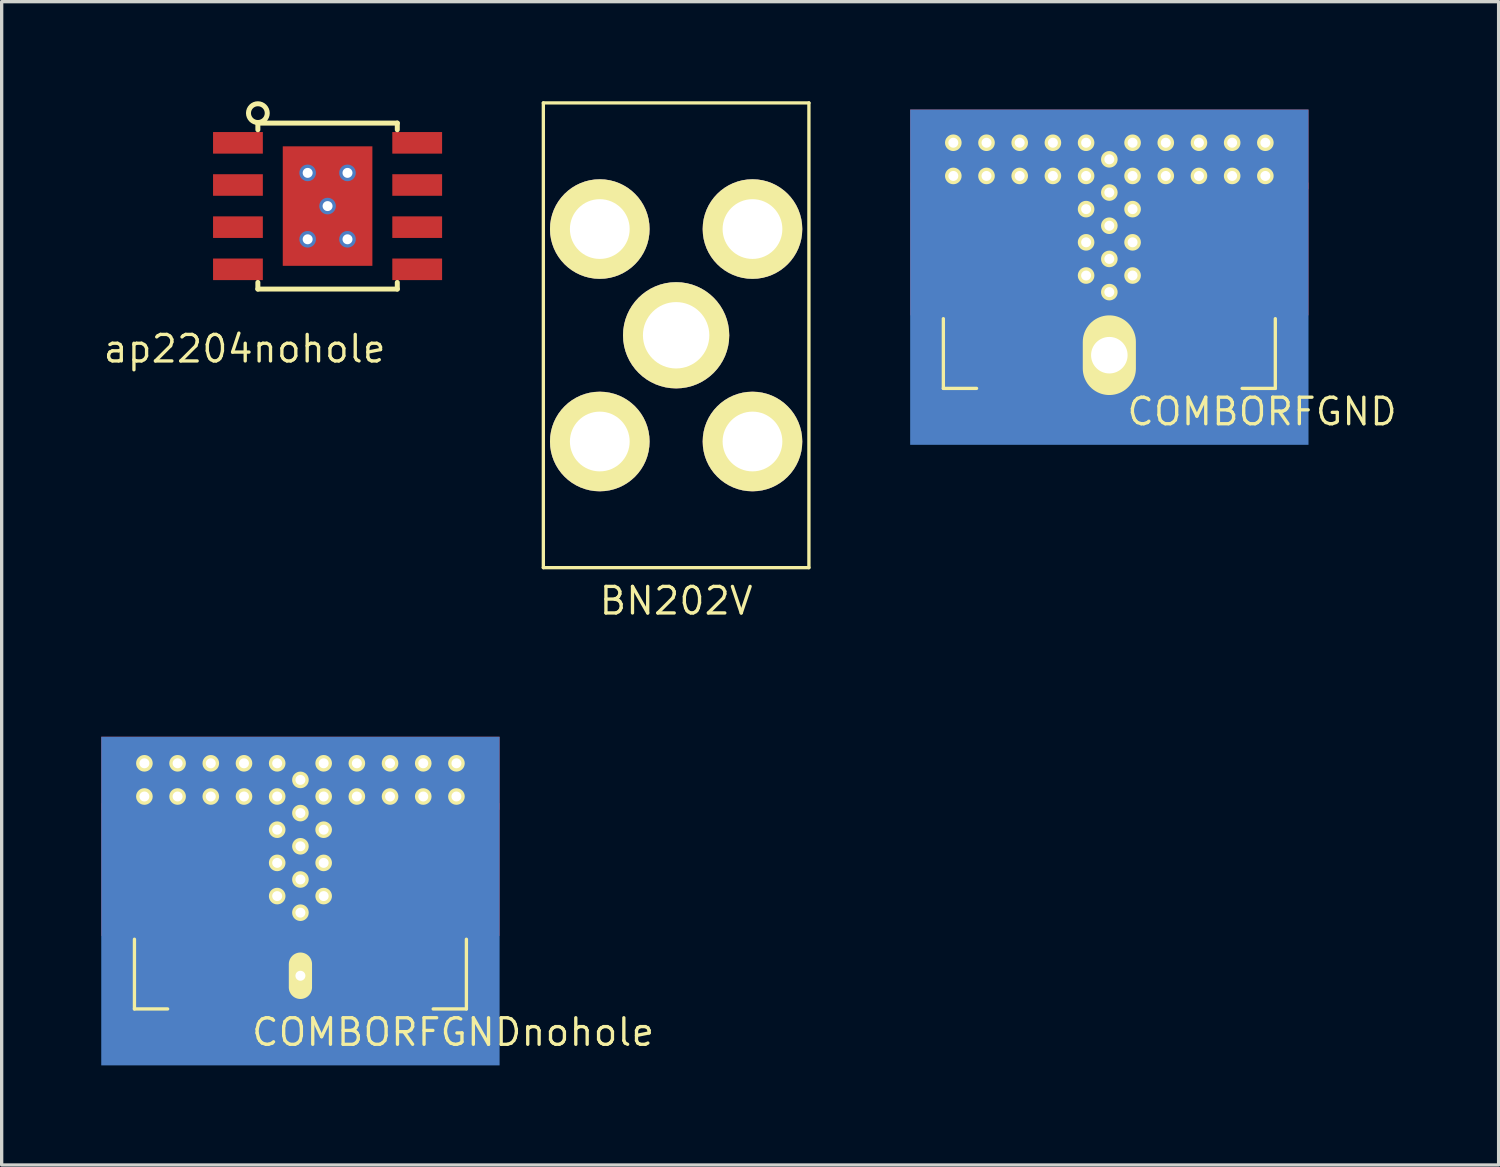
<source format=kicad_pcb>
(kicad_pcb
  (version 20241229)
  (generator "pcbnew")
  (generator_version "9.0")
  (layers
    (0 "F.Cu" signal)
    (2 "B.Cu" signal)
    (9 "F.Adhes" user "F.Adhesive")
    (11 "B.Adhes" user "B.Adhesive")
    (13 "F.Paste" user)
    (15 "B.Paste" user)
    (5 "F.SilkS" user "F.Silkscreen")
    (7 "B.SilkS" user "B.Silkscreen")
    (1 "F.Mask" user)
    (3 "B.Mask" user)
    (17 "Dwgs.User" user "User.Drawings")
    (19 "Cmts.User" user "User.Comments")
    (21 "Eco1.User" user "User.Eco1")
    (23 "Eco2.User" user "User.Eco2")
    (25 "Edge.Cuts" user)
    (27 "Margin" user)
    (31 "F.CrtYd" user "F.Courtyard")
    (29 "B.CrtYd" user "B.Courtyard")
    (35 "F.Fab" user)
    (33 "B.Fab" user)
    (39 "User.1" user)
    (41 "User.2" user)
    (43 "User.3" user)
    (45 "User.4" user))
  (footprint "BN202V"
    (layer "F.Cu")
    (at 17.318 7.05)
    (property "Reference" "BN202V" (at 0 8 0) (layer "F.SilkS") (effects (font (size 0.8 0.8) (thickness 0.1))))
    (attr through_hole)
    (fp_line (start -4 -7) (end -4 7) (stroke (width 0.1) (type solid)) (layer "F.SilkS"))
    (fp_line (start -4 7) (end 4 7) (stroke (width 0.1) (type solid)) (layer "F.SilkS"))
    (fp_line (start 4 -7) (end -4 -7) (stroke (width 0.1) (type solid)) (layer "F.SilkS"))
    (fp_line (start 4 7) (end 4 -7) (stroke (width 0.1) (type solid)) (layer "F.SilkS"))
    (pad "1" thru_hole circle (at -2.3 3.2) (size 3 3) (drill 1.8) (layers "*.Cu" "*.Mask" "F.SilkS"))
    (pad "2" thru_hole circle (at 0 0) (size 3.2 3.2) (drill 2) (layers "*.Cu" "*.Mask" "F.SilkS"))
    (pad "3" thru_hole circle (at -2.3 -3.2) (size 3 3) (drill 1.8) (layers "*.Cu" "*.Mask" "F.SilkS"))
    (pad "4" thru_hole circle (at 2.3 -3.2) (size 3 3) (drill 1.8) (layers "*.Cu" "*.Mask" "F.SilkS"))
    (pad "5" thru_hole circle (at 2.3 3.2) (size 3 3) (drill 1.8) (layers "*.Cu" "*.Mask" "F.SilkS")))
  (footprint "COMBORFGNDnohole"
    (layer "F.Cu")
    (at 6 18.944)
    (property "Reference" "COMBORFGNDnohole" (at 4.6 9.1 0) (layer "F.SilkS") (effects (font (size 0.8 0.8) (thickness 0.1))))
    (attr through_hole)
    (fp_line (start -5 8.4) (end -5 6.3) (stroke (width 0.1) (type solid)) (layer "F.SilkS"))
    (fp_line (start -5 8.4) (end -4 8.4) (stroke (width 0.1) (type solid)) (layer "F.SilkS"))
    (fp_line (start 4 8.4) (end 5 8.4) (stroke (width 0.1) (type solid)) (layer "F.SilkS"))
    (fp_line (start 5 8.4) (end 5 6.3) (stroke (width 0.1) (type solid)) (layer "F.SilkS"))
    (pad "1" smd rect (at -3 6.2 180) (size 2 4.8) (layers "F.Cu" "F.Mask" "F.Paste"))
    (pad "1" smd rect (at -1.6 6.3) (size 0.9 1.25) (layers "F.Cu" "F.Mask" "F.Paste"))
    (pad "2" smd rect (at -5.5 4.2 180) (size 1 4) (layers "F.Cu" "F.Mask" "F.Paste"))
    (pad "2" thru_hole circle (at -4.7 1 180) (size 0.5 0.5) (drill 0.3) (layers "*.Cu" "*.Mask" "F.SilkS"))
    (pad "2" thru_hole circle (at -4.7 2 180) (size 0.5 0.5) (drill 0.3) (layers "*.Cu" "*.Mask" "F.SilkS"))
    (pad "2" thru_hole circle (at -3.7 1 180) (size 0.5 0.5) (drill 0.3) (layers "*.Cu" "*.Mask" "F.SilkS"))
    (pad "2" thru_hole circle (at -3.7 2 180) (size 0.5 0.5) (drill 0.3) (layers "*.Cu" "*.Mask" "F.SilkS"))
    (pad "2" thru_hole circle (at -2.7 1 180) (size 0.5 0.5) (drill 0.3) (layers "*.Cu" "*.Mask" "F.SilkS"))
    (pad "2" thru_hole circle (at -2.7 2 180) (size 0.5 0.5) (drill 0.3) (layers "*.Cu" "*.Mask" "F.SilkS"))
    (pad "2" thru_hole circle (at -1.7 1 180) (size 0.5 0.5) (drill 0.3) (layers "*.Cu" "*.Mask" "F.SilkS"))
    (pad "2" thru_hole circle (at -1.7 2 180) (size 0.5 0.5) (drill 0.3) (layers "*.Cu" "*.Mask" "F.SilkS"))
    (pad "2" thru_hole circle (at -0.7 1 180) (size 0.5 0.5) (drill 0.3) (layers "*.Cu" "*.Mask" "F.SilkS"))
    (pad "2" thru_hole circle (at -0.7 2 180) (size 0.5 0.5) (drill 0.3) (layers "*.Cu" "*.Mask" "F.SilkS"))
    (pad "2" thru_hole circle (at -0.7 3 180) (size 0.5 0.5) (drill 0.3) (layers "*.Cu" "*.Mask" "F.SilkS"))
    (pad "2" thru_hole circle (at -0.7 4 180) (size 0.5 0.5) (drill 0.3) (layers "*.Cu" "*.Mask" "F.SilkS"))
    (pad "2" thru_hole circle (at -0.7 5 180) (size 0.5 0.5) (drill 0.3) (layers "*.Cu" "*.Mask" "F.SilkS"))
    (pad "2" smd rect (at 0 1.3 180) (size 12 2.2) (layers "F.Cu" "F.Mask" "F.Paste"))
    (pad "2" thru_hole circle (at 0 1.5 180) (size 0.5 0.5) (drill 0.3) (layers "*.Cu" "*.Mask" "F.SilkS"))
    (pad "2" thru_hole circle (at 0 2.5 180) (size 0.5 0.5) (drill 0.3) (layers "*.Cu" "*.Mask" "F.SilkS"))
    (pad "2" smd rect (at 0 3) (size 1.9 4.28) (layers "F.Cu" "F.Mask" "F.Paste"))
    (pad "2" thru_hole circle (at 0 3.5 180) (size 0.5 0.5) (drill 0.3) (layers "*.Cu" "*.Mask" "F.SilkS"))
    (pad "2" thru_hole circle (at 0 4.5 180) (size 0.5 0.5) (drill 0.3) (layers "*.Cu" "*.Mask" "F.SilkS"))
    (pad "2" smd rect (at 0 5.15 180) (size 12 9.9) (layers "B.Cu" "B.Mask" "B.Paste"))
    (pad "2" smd trapezoid (at 0 5.4 180) (size 1.375 0.525) (rect_delta 0 0.525) (layers "F.Cu" "F.Mask" "F.Paste"))
    (pad "2" thru_hole circle (at 0 5.5 180) (size 0.5 0.5) (drill 0.3) (layers "*.Cu" "*.Mask" "F.SilkS"))
    (pad "2" smd rect (at 0 6.3) (size 0.7 1.4) (layers "F.Cu" "F.Mask" "F.Paste"))
    (pad "2" thru_hole oval (at 0 7.4 180) (size 0.7 1.4) (drill 0.3) (layers "*.Cu" "*.Mask" "F.SilkS"))
    (pad "2" thru_hole circle (at 0.7 1 180) (size 0.5 0.5) (drill 0.3) (layers "*.Cu" "*.Mask" "F.SilkS"))
    (pad "2" thru_hole circle (at 0.7 2 180) (size 0.5 0.5) (drill 0.3) (layers "*.Cu" "*.Mask" "F.SilkS"))
    (pad "2" thru_hole circle (at 0.7 3 180) (size 0.5 0.5) (drill 0.3) (layers "*.Cu" "*.Mask" "F.SilkS"))
    (pad "2" thru_hole circle (at 0.7 4 180) (size 0.5 0.5) (drill 0.3) (layers "*.Cu" "*.Mask" "F.SilkS"))
    (pad "2" thru_hole circle (at 0.7 5 180) (size 0.5 0.5) (drill 0.3) (layers "*.Cu" "*.Mask" "F.SilkS"))
    (pad "2" thru_hole circle (at 1.7 1 180) (size 0.5 0.5) (drill 0.3) (layers "*.Cu" "*.Mask" "F.SilkS"))
    (pad "2" thru_hole circle (at 1.7 2 180) (size 0.5 0.5) (drill 0.3) (layers "*.Cu" "*.Mask" "F.SilkS"))
    (pad "2" thru_hole circle (at 2.7 1 180) (size 0.5 0.5) (drill 0.3) (layers "*.Cu" "*.Mask" "F.SilkS"))
    (pad "2" thru_hole circle (at 2.7 2 180) (size 0.5 0.5) (drill 0.3) (layers "*.Cu" "*.Mask" "F.SilkS"))
    (pad "2" thru_hole circle (at 3.7 1 180) (size 0.5 0.5) (drill 0.3) (layers "*.Cu" "*.Mask" "F.SilkS"))
    (pad "2" thru_hole circle (at 3.7 2 180) (size 0.5 0.5) (drill 0.3) (layers "*.Cu" "*.Mask" "F.SilkS"))
    (pad "2" thru_hole circle (at 4.7 1 180) (size 0.5 0.5) (drill 0.3) (layers "*.Cu" "*.Mask" "F.SilkS"))
    (pad "2" thru_hole circle (at 4.7 2 180) (size 0.5 0.5) (drill 0.3) (layers "*.Cu" "*.Mask" "F.SilkS"))
    (pad "2" smd rect (at 5.5 4.2 180) (size 1 4) (layers "F.Cu" "F.Mask" "F.Paste"))
    (pad "3" smd rect (at 1.6 6.3) (size 0.9 1.25) (layers "F.Cu" "F.Mask" "F.Paste"))
    (pad "3" smd rect (at 3 6.2 180) (size 2 4.8) (layers "F.Cu" "F.Mask" "F.Paste")))
  (footprint "COMBORFGND"
    (layer "F.Cu")
    (at 30.368 0.25)
    (property "Reference" "COMBORFGND" (at 4.6 9.1 180) (layer "F.SilkS") (effects (font (size 0.8 0.8) (thickness 0.1))))
    (attr through_hole)
    (fp_line (start -5 8.4) (end -5 6.3) (stroke (width 0.1) (type solid)) (layer "F.SilkS"))
    (fp_line (start -5 8.4) (end -4 8.4) (stroke (width 0.1) (type solid)) (layer "F.SilkS"))
    (fp_line (start 4 8.4) (end 5 8.4) (stroke (width 0.1) (type solid)) (layer "F.SilkS"))
    (fp_line (start 5 8.4) (end 5 6.3) (stroke (width 0.1) (type solid)) (layer "F.SilkS"))
    (pad "1" smd rect (at -3 6.2 180) (size 2 4.8) (layers "F.Cu" "F.Mask" "F.Paste"))
    (pad "1" smd rect (at -1.6 6.3) (size 0.9 1.25) (layers "F.Cu" "F.Mask" "F.Paste"))
    (pad "2" smd rect (at -5.5 4.2 180) (size 1 4) (layers "F.Cu" "F.Mask" "F.Paste"))
    (pad "2" thru_hole circle (at -4.7 1 180) (size 0.5 0.5) (drill 0.3) (layers "*.Cu" "*.Mask" "F.SilkS"))
    (pad "2" thru_hole circle (at -4.7 2 180) (size 0.5 0.5) (drill 0.3) (layers "*.Cu" "*.Mask" "F.SilkS"))
    (pad "2" thru_hole circle (at -3.7 1 180) (size 0.5 0.5) (drill 0.3) (layers "*.Cu" "*.Mask" "F.SilkS"))
    (pad "2" thru_hole circle (at -3.7 2 180) (size 0.5 0.5) (drill 0.3) (layers "*.Cu" "*.Mask" "F.SilkS"))
    (pad "2" thru_hole circle (at -2.7 1 180) (size 0.5 0.5) (drill 0.3) (layers "*.Cu" "*.Mask" "F.SilkS"))
    (pad "2" thru_hole circle (at -2.7 2 180) (size 0.5 0.5) (drill 0.3) (layers "*.Cu" "*.Mask" "F.SilkS"))
    (pad "2" thru_hole circle (at -1.7 1 180) (size 0.5 0.5) (drill 0.3) (layers "*.Cu" "*.Mask" "F.SilkS"))
    (pad "2" thru_hole circle (at -1.7 2 180) (size 0.5 0.5) (drill 0.3) (layers "*.Cu" "*.Mask" "F.SilkS"))
    (pad "2" thru_hole circle (at -0.7 1 180) (size 0.5 0.5) (drill 0.3) (layers "*.Cu" "*.Mask" "F.SilkS"))
    (pad "2" thru_hole circle (at -0.7 2 180) (size 0.5 0.5) (drill 0.3) (layers "*.Cu" "*.Mask" "F.SilkS"))
    (pad "2" thru_hole circle (at -0.7 3 180) (size 0.5 0.5) (drill 0.3) (layers "*.Cu" "*.Mask" "F.SilkS"))
    (pad "2" thru_hole circle (at -0.7 4 180) (size 0.5 0.5) (drill 0.3) (layers "*.Cu" "*.Mask" "F.SilkS"))
    (pad "2" thru_hole circle (at -0.7 5 180) (size 0.5 0.5) (drill 0.3) (layers "*.Cu" "*.Mask" "F.SilkS"))
    (pad "2" smd rect (at 0 1.2 180) (size 12 2.4) (layers "F.Cu" "F.Mask" "F.Paste"))
    (pad "2" thru_hole circle (at 0 1.5 180) (size 0.5 0.5) (drill 0.3) (layers "*.Cu" "*.Mask" "F.SilkS"))
    (pad "2" thru_hole circle (at 0 2.5 180) (size 0.5 0.5) (drill 0.3) (layers "*.Cu" "*.Mask" "F.SilkS"))
    (pad "2" smd rect (at 0 3) (size 1.9 4.28) (layers "F.Cu" "F.Mask" "F.Paste"))
    (pad "2" thru_hole circle (at 0 3.5 180) (size 0.5 0.5) (drill 0.3) (layers "*.Cu" "*.Mask" "F.SilkS"))
    (pad "2" thru_hole circle (at 0 4.5 180) (size 0.5 0.5) (drill 0.3) (layers "*.Cu" "*.Mask" "F.SilkS"))
    (pad "2" smd rect (at 0 5.05 180) (size 12 10.1) (layers "B.Cu" "B.Mask" "B.Paste"))
    (pad "2" smd trapezoid (at 0 5.4 180) (size 1.375 0.525) (rect_delta 0 0.525) (layers "F.Cu" "F.Mask" "F.Paste"))
    (pad "2" thru_hole circle (at 0 5.5 180) (size 0.5 0.5) (drill 0.3) (layers "*.Cu" "*.Mask" "F.SilkS"))
    (pad "2" smd rect (at 0 6.3) (size 0.7 1.4) (layers "F.Cu" "F.Mask" "F.Paste"))
    (pad "2" thru_hole oval (at 0 7.4 180) (size 1.6 2.4) (drill 1.1) (layers "*.Cu" "*.Mask" "F.SilkS"))
    (pad "2" thru_hole circle (at 0.7 1 180) (size 0.5 0.5) (drill 0.3) (layers "*.Cu" "*.Mask" "F.SilkS"))
    (pad "2" thru_hole circle (at 0.7 2 180) (size 0.5 0.5) (drill 0.3) (layers "*.Cu" "*.Mask" "F.SilkS"))
    (pad "2" thru_hole circle (at 0.7 3 180) (size 0.5 0.5) (drill 0.3) (layers "*.Cu" "*.Mask" "F.SilkS"))
    (pad "2" thru_hole circle (at 0.7 4 180) (size 0.5 0.5) (drill 0.3) (layers "*.Cu" "*.Mask" "F.SilkS"))
    (pad "2" thru_hole circle (at 0.7 5 180) (size 0.5 0.5) (drill 0.3) (layers "*.Cu" "*.Mask" "F.SilkS"))
    (pad "2" thru_hole circle (at 1.7 1 180) (size 0.5 0.5) (drill 0.3) (layers "*.Cu" "*.Mask" "F.SilkS"))
    (pad "2" thru_hole circle (at 1.7 2 180) (size 0.5 0.5) (drill 0.3) (layers "*.Cu" "*.Mask" "F.SilkS"))
    (pad "2" thru_hole circle (at 2.7 1 180) (size 0.5 0.5) (drill 0.3) (layers "*.Cu" "*.Mask" "F.SilkS"))
    (pad "2" thru_hole circle (at 2.7 2 180) (size 0.5 0.5) (drill 0.3) (layers "*.Cu" "*.Mask" "F.SilkS"))
    (pad "2" thru_hole circle (at 3.7 1 180) (size 0.5 0.5) (drill 0.3) (layers "*.Cu" "*.Mask" "F.SilkS"))
    (pad "2" thru_hole circle (at 3.7 2 180) (size 0.5 0.5) (drill 0.3) (layers "*.Cu" "*.Mask" "F.SilkS"))
    (pad "2" thru_hole circle (at 4.7 1 180) (size 0.5 0.5) (drill 0.3) (layers "*.Cu" "*.Mask" "F.SilkS"))
    (pad "2" thru_hole circle (at 4.7 2 180) (size 0.5 0.5) (drill 0.3) (layers "*.Cu" "*.Mask" "F.SilkS"))
    (pad "2" smd rect (at 5.5 4.2 180) (size 1 4) (layers "F.Cu" "F.Mask" "F.Paste"))
    (pad "3" smd rect (at 1.6 6.3) (size 0.9 1.25) (layers "F.Cu" "F.Mask" "F.Paste"))
    (pad "3" smd rect (at 3 6.2 180) (size 2 4.8) (layers "F.Cu" "F.Mask" "F.Paste")))
  (footprint "ap2204nohole"
    (layer "F.Cu")
    (at 6.818 3.158)
    (property "Reference" "ap2204nohole" (at -2.5 4.3 0) (layer "F.SilkS") (effects (font (size 0.8 0.8) (thickness 0.1))))
    (attr through_hole)
    (fp_line (start -2.1 -2.5) (end 2.1 -2.5) (stroke (width 0.15) (type solid)) (layer "F.SilkS"))
    (fp_line (start -2.1 -2.3) (end -2.1 -2.5) (stroke (width 0.15) (type solid)) (layer "F.SilkS"))
    (fp_line (start -2.1 2.3) (end -2.1 2.5) (stroke (width 0.15) (type solid)) (layer "F.SilkS"))
    (fp_line (start -2.1 2.5) (end 2.1 2.5) (stroke (width 0.15) (type solid)) (layer "F.SilkS"))
    (fp_line (start 2.1 -2.5) (end 2.1 -2.3) (stroke (width 0.15) (type solid)) (layer "F.SilkS"))
    (fp_line (start 2.1 2.5) (end 2.1 2.3) (stroke (width 0.15) (type solid)) (layer "F.SilkS"))
    (fp_circle (center -2.1 -2.8) (end -2.3 -3) (stroke (width 0.15) (type solid)) (fill no) (layer "F.SilkS"))
    (pad "1" smd rect (at -2.7 -1.905) (size 1.5 0.65) (layers "F.Cu" "F.Mask" "F.Paste"))
    (pad "2" smd rect (at -2.7 -0.635) (size 1.5 0.65) (layers "F.Cu" "F.Mask" "F.Paste"))
    (pad "3" smd rect (at -2.7 0.635) (size 1.5 0.65) (layers "F.Cu" "F.Mask" "F.Paste"))
    (pad "4" smd rect (at -2.7 1.905) (size 1.5 0.65) (layers "F.Cu" "F.Mask" "F.Paste"))
    (pad "5" smd rect (at 2.7 1.905) (size 1.5 0.65) (layers "F.Cu" "F.Mask" "F.Paste"))
    (pad "6" smd rect (at 2.7 0.635) (size 1.5 0.65) (layers "F.Cu" "F.Mask" "F.Paste"))
    (pad "7" thru_hole circle (at -0.6 -1) (size 0.5 0.5) (drill 0.3) (layers "*.Cu" "*.Mask"))
    (pad "7" thru_hole circle (at -0.6 1) (size 0.5 0.5) (drill 0.3) (layers "*.Cu" "*.Mask"))
    (pad "7" thru_hole circle (at 0 0) (size 0.5 0.5) (drill 0.3) (layers "*.Cu" "*.Mask"))
    (pad "7" smd rect (at 0 0) (size 2.7 3.6) (layers "F.Cu" "F.Mask" "F.Paste"))
    (pad "7" thru_hole circle (at 0.6 -1) (size 0.5 0.5) (drill 0.3) (layers "*.Cu" "*.Mask"))
    (pad "7" thru_hole circle (at 0.6 1) (size 0.5 0.5) (drill 0.3) (layers "*.Cu" "*.Mask"))
    (pad "7" smd rect (at 2.7 -0.635) (size 1.5 0.65) (layers "F.Cu" "F.Mask" "F.Paste"))
    (pad "8" smd rect (at 2.7 -1.905) (size 1.5 0.65) (layers "F.Cu" "F.Mask" "F.Paste")))
  (gr_rect
    (start -3 -3)
    (end 42.095 32.044)
    (stroke (width 0.1) (type default))
    (fill no)
    (layer "Edge.Cuts")))
</source>
